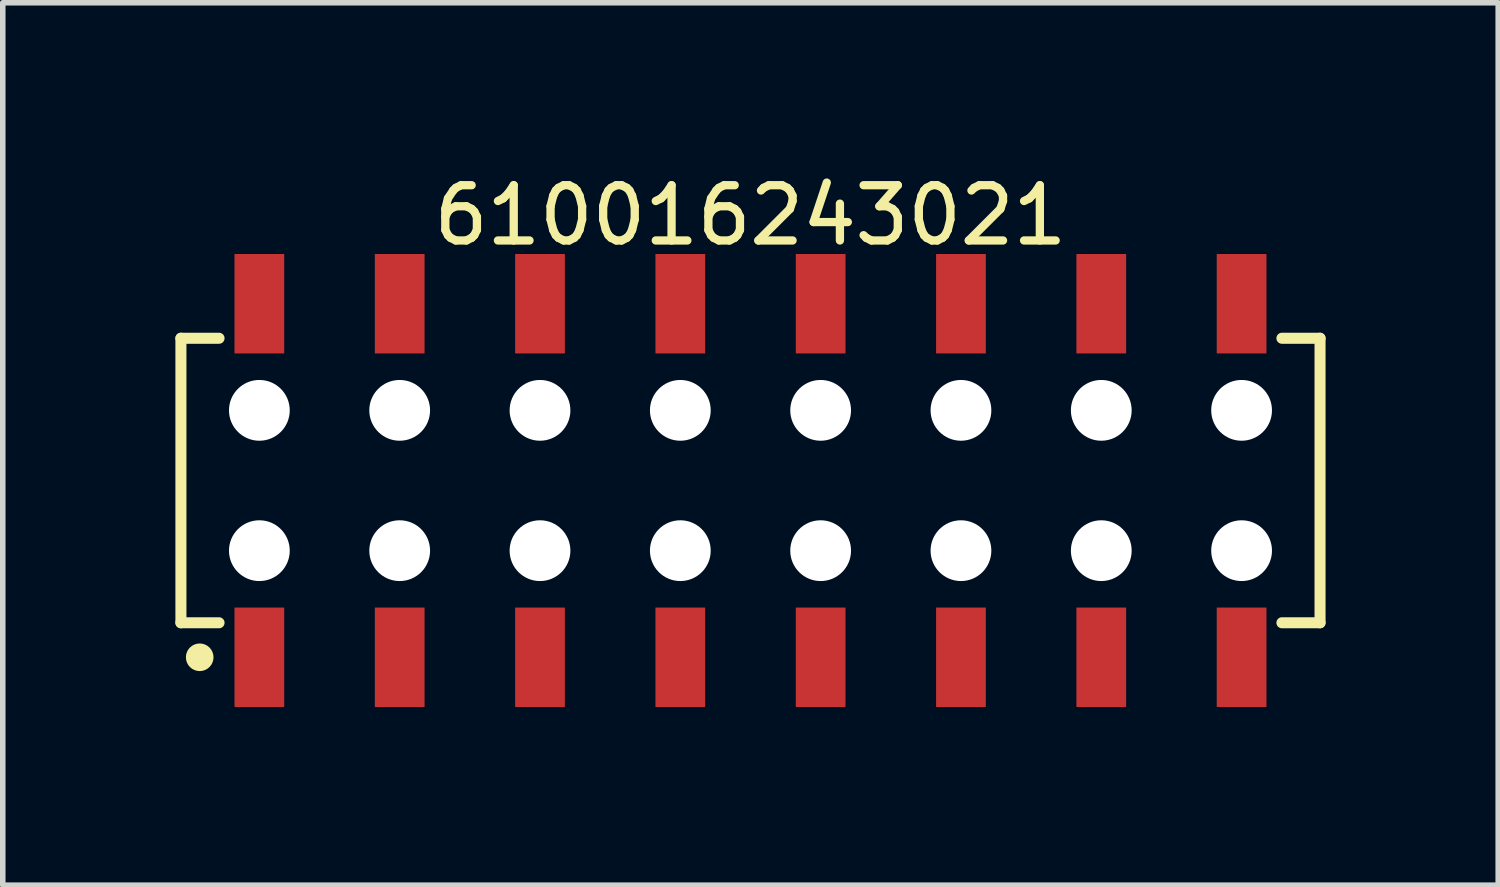
<source format=kicad_pcb>
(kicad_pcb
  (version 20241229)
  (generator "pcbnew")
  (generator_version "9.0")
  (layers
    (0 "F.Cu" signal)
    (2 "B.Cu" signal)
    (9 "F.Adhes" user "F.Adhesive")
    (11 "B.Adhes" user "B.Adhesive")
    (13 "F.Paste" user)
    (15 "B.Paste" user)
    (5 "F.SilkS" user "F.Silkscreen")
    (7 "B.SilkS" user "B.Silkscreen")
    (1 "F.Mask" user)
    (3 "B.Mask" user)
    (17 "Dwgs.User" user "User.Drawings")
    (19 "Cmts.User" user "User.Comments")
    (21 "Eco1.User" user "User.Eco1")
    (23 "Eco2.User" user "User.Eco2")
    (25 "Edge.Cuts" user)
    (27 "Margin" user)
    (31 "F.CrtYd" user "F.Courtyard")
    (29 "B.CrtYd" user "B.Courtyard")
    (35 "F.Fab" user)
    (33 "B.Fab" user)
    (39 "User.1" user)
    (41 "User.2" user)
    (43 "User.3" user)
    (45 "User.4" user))
  (footprint "610016243021"
    (layer "F.Cu")
    (at 10.535 5.648)
    (property "Reference" "610016243021" (at 0 -4.8 0) (layer "F.SilkS") (effects (font (size 1 1) (thickness 0.15))))
    (fp_line (start -10.31 -2.575) (end -9.62 -2.575) (stroke (width 0.2) (type solid)) (layer "F.SilkS"))
    (fp_line (start -10.31 2.575) (end -10.31 -2.575) (stroke (width 0.2) (type solid)) (layer "F.SilkS"))
    (fp_line (start -10.31 2.575) (end -9.62 2.575) (stroke (width 0.2) (type solid)) (layer "F.SilkS"))
    (fp_line (start 9.62 -2.575) (end 10.31 -2.575) (stroke (width 0.2) (type solid)) (layer "F.SilkS"))
    (fp_line (start 9.62 2.575) (end 10.31 2.575) (stroke (width 0.2) (type solid)) (layer "F.SilkS"))
    (fp_line (start 10.31 2.575) (end 10.31 -2.575) (stroke (width 0.2) (type solid)) (layer "F.SilkS"))
    (fp_circle (center -9.97 3.2) (end -9.97 3.075) (stroke (width 0.25) (type solid)) (fill no) (layer "F.SilkS"))
    (fp_line (start -10.51 -4.3) (end 10.51 -4.3) (stroke (width 0.05) (type solid)) (layer "Eco2.User"))
    (fp_line (start -10.51 4.3) (end -10.51 -4.3) (stroke (width 0.05) (type solid)) (layer "Eco2.User"))
    (fp_line (start -10.51 4.3) (end 10.51 4.3) (stroke (width 0.05) (type solid)) (layer "Eco2.User"))
    (fp_line (start -10.16 -2.5) (end 10.16 -2.5) (stroke (width 0.1) (type solid)) (layer "Eco2.User"))
    (fp_line (start -10.16 2.5) (end -10.16 -2.5) (stroke (width 0.1) (type solid)) (layer "Eco2.User"))
    (fp_line (start -10.16 2.5) (end 10.16 2.5) (stroke (width 0.1) (type solid)) (layer "Eco2.User"))
    (fp_line (start -9.14 -3.6) (end -8.64 -3.6) (stroke (width 0.1) (type solid)) (layer "Eco2.User"))
    (fp_line (start -9.14 -2.5) (end -9.14 -3.6) (stroke (width 0.1) (type solid)) (layer "Eco2.User"))
    (fp_line (start -9.14 3.6) (end -9.14 2.5) (stroke (width 0.1) (type solid)) (layer "Eco2.User"))
    (fp_line (start -9.14 3.6) (end -8.64 3.6) (stroke (width 0.1) (type solid)) (layer "Eco2.User"))
    (fp_line (start -8.64 -2.5) (end -8.64 -3.6) (stroke (width 0.1) (type solid)) (layer "Eco2.User"))
    (fp_line (start -8.64 3.6) (end -8.64 2.5) (stroke (width 0.1) (type solid)) (layer "Eco2.User"))
    (fp_line (start -6.6 -3.6) (end -6.1 -3.6) (stroke (width 0.1) (type solid)) (layer "Eco2.User"))
    (fp_line (start -6.6 -2.5) (end -6.6 -3.6) (stroke (width 0.1) (type solid)) (layer "Eco2.User"))
    (fp_line (start -6.6 3.6) (end -6.6 2.5) (stroke (width 0.1) (type solid)) (layer "Eco2.User"))
    (fp_line (start -6.6 3.6) (end -6.1 3.6) (stroke (width 0.1) (type solid)) (layer "Eco2.User"))
    (fp_line (start -6.1 -2.5) (end -6.1 -3.6) (stroke (width 0.1) (type solid)) (layer "Eco2.User"))
    (fp_line (start -6.1 3.6) (end -6.1 2.5) (stroke (width 0.1) (type solid)) (layer "Eco2.User"))
    (fp_line (start -4.06 -3.6) (end -3.56 -3.6) (stroke (width 0.1) (type solid)) (layer "Eco2.User"))
    (fp_line (start -4.06 -2.5) (end -4.06 -3.6) (stroke (width 0.1) (type solid)) (layer "Eco2.User"))
    (fp_line (start -4.06 3.6) (end -4.06 2.5) (stroke (width 0.1) (type solid)) (layer "Eco2.User"))
    (fp_line (start -4.06 3.6) (end -3.56 3.6) (stroke (width 0.1) (type solid)) (layer "Eco2.User"))
    (fp_line (start -3.56 -2.5) (end -3.56 -3.6) (stroke (width 0.1) (type solid)) (layer "Eco2.User"))
    (fp_line (start -3.56 3.6) (end -3.56 2.5) (stroke (width 0.1) (type solid)) (layer "Eco2.User"))
    (fp_line (start -1.52 -3.6) (end -1.02 -3.6) (stroke (width 0.1) (type solid)) (layer "Eco2.User"))
    (fp_line (start -1.52 -2.5) (end -1.52 -3.6) (stroke (width 0.1) (type solid)) (layer "Eco2.User"))
    (fp_line (start -1.52 3.6) (end -1.52 2.5) (stroke (width 0.1) (type solid)) (layer "Eco2.User"))
    (fp_line (start -1.52 3.6) (end -1.02 3.6) (stroke (width 0.1) (type solid)) (layer "Eco2.User"))
    (fp_line (start -1.02 -2.5) (end -1.02 -3.6) (stroke (width 0.1) (type solid)) (layer "Eco2.User"))
    (fp_line (start -1.02 3.6) (end -1.02 2.5) (stroke (width 0.1) (type solid)) (layer "Eco2.User"))
    (fp_line (start -0.5 0) (end 0.5 0) (stroke (width 0.05) (type solid)) (layer "Eco2.User"))
    (fp_line (start 0 0.5) (end 0 -0.5) (stroke (width 0.05) (type solid)) (layer "Eco2.User"))
    (fp_line (start 1.02 -3.6) (end 1.52 -3.6) (stroke (width 0.1) (type solid)) (layer "Eco2.User"))
    (fp_line (start 1.02 -2.5) (end 1.02 -3.6) (stroke (width 0.1) (type solid)) (layer "Eco2.User"))
    (fp_line (start 1.02 3.6) (end 1.02 2.5) (stroke (width 0.1) (type solid)) (layer "Eco2.User"))
    (fp_line (start 1.02 3.6) (end 1.52 3.6) (stroke (width 0.1) (type solid)) (layer "Eco2.User"))
    (fp_line (start 1.52 -2.5) (end 1.52 -3.6) (stroke (width 0.1) (type solid)) (layer "Eco2.User"))
    (fp_line (start 1.52 3.6) (end 1.52 2.5) (stroke (width 0.1) (type solid)) (layer "Eco2.User"))
    (fp_line (start 3.56 -3.6) (end 4.06 -3.6) (stroke (width 0.1) (type solid)) (layer "Eco2.User"))
    (fp_line (start 3.56 -2.5) (end 3.56 -3.6) (stroke (width 0.1) (type solid)) (layer "Eco2.User"))
    (fp_line (start 3.56 3.6) (end 3.56 2.5) (stroke (width 0.1) (type solid)) (layer "Eco2.User"))
    (fp_line (start 3.56 3.6) (end 4.06 3.6) (stroke (width 0.1) (type solid)) (layer "Eco2.User"))
    (fp_line (start 4.06 -2.5) (end 4.06 -3.6) (stroke (width 0.1) (type solid)) (layer "Eco2.User"))
    (fp_line (start 4.06 3.6) (end 4.06 2.5) (stroke (width 0.1) (type solid)) (layer "Eco2.User"))
    (fp_line (start 6.1 -3.6) (end 6.6 -3.6) (stroke (width 0.1) (type solid)) (layer "Eco2.User"))
    (fp_line (start 6.1 -2.5) (end 6.1 -3.6) (stroke (width 0.1) (type solid)) (layer "Eco2.User"))
    (fp_line (start 6.1 3.6) (end 6.1 2.5) (stroke (width 0.1) (type solid)) (layer "Eco2.User"))
    (fp_line (start 6.1 3.6) (end 6.6 3.6) (stroke (width 0.1) (type solid)) (layer "Eco2.User"))
    (fp_line (start 6.6 -2.5) (end 6.6 -3.6) (stroke (width 0.1) (type solid)) (layer "Eco2.User"))
    (fp_line (start 6.6 3.6) (end 6.6 2.5) (stroke (width 0.1) (type solid)) (layer "Eco2.User"))
    (fp_line (start 8.64 -3.6) (end 9.14 -3.6) (stroke (width 0.1) (type solid)) (layer "Eco2.User"))
    (fp_line (start 8.64 -2.5) (end 8.64 -3.6) (stroke (width 0.1) (type solid)) (layer "Eco2.User"))
    (fp_line (start 8.64 3.6) (end 8.64 2.5) (stroke (width 0.1) (type solid)) (layer "Eco2.User"))
    (fp_line (start 8.64 3.6) (end 9.14 3.6) (stroke (width 0.1) (type solid)) (layer "Eco2.User"))
    (fp_line (start 9.14 -2.5) (end 9.14 -3.6) (stroke (width 0.1) (type solid)) (layer "Eco2.User"))
    (fp_line (start 9.14 3.6) (end 9.14 2.5) (stroke (width 0.1) (type solid)) (layer "Eco2.User"))
    (fp_line (start 10.16 2.5) (end 10.16 -2.5) (stroke (width 0.1) (type solid)) (layer "Eco2.User"))
    (fp_line (start 10.51 4.3) (end 10.51 -4.3) (stroke (width 0.05) (type solid)) (layer "Eco2.User"))
    (fp_text user "${REFERENCE}" (at 0.15 -0.197 0) (unlocked yes) (layer "User.3") (effects (font (size 1.5 1.5) (thickness 0.15))))
    (pad "" np_thru_hole circle (at -8.89 -1.27) (size 1.1 1.1) (drill 1.1) (layers "*.Cu" "*.Mask"))
    (pad "" np_thru_hole circle (at -8.89 1.27) (size 1.1 1.1) (drill 1.1) (layers "*.Cu" "*.Mask"))
    (pad "" np_thru_hole circle (at -6.35 -1.27) (size 1.1 1.1) (drill 1.1) (layers "*.Cu" "*.Mask"))
    (pad "" np_thru_hole circle (at -6.35 1.27) (size 1.1 1.1) (drill 1.1) (layers "*.Cu" "*.Mask"))
    (pad "" np_thru_hole circle (at -3.81 -1.27) (size 1.1 1.1) (drill 1.1) (layers "*.Cu" "*.Mask"))
    (pad "" np_thru_hole circle (at -3.81 1.27) (size 1.1 1.1) (drill 1.1) (layers "*.Cu" "*.Mask"))
    (pad "" np_thru_hole circle (at -1.27 -1.27) (size 1.1 1.1) (drill 1.1) (layers "*.Cu" "*.Mask"))
    (pad "" np_thru_hole circle (at -1.27 1.27) (size 1.1 1.1) (drill 1.1) (layers "*.Cu" "*.Mask"))
    (pad "" np_thru_hole circle (at 1.27 -1.27) (size 1.1 1.1) (drill 1.1) (layers "*.Cu" "*.Mask"))
    (pad "" np_thru_hole circle (at 1.27 1.27) (size 1.1 1.1) (drill 1.1) (layers "*.Cu" "*.Mask"))
    (pad "" np_thru_hole circle (at 3.81 -1.27) (size 1.1 1.1) (drill 1.1) (layers "*.Cu" "*.Mask"))
    (pad "" np_thru_hole circle (at 3.81 1.27) (size 1.1 1.1) (drill 1.1) (layers "*.Cu" "*.Mask"))
    (pad "" np_thru_hole circle (at 6.35 -1.27) (size 1.1 1.1) (drill 1.1) (layers "*.Cu" "*.Mask"))
    (pad "" np_thru_hole circle (at 6.35 1.27) (size 1.1 1.1) (drill 1.1) (layers "*.Cu" "*.Mask"))
    (pad "" np_thru_hole circle (at 8.89 -1.27) (size 1.1 1.1) (drill 1.1) (layers "*.Cu" "*.Mask"))
    (pad "" np_thru_hole circle (at 8.89 1.27) (size 1.1 1.1) (drill 1.1) (layers "*.Cu" "*.Mask"))
    (pad "1" smd rect (at -8.89 3.2) (size 0.9 1.8) (layers "F.Cu" "F.Mask" "F.Paste"))
    (pad "2" smd rect (at -8.89 -3.2) (size 0.9 1.8) (layers "F.Cu" "F.Mask" "F.Paste"))
    (pad "3" smd rect (at -6.35 3.2) (size 0.9 1.8) (layers "F.Cu" "F.Mask" "F.Paste"))
    (pad "4" smd rect (at -6.35 -3.2) (size 0.9 1.8) (layers "F.Cu" "F.Mask" "F.Paste"))
    (pad "5" smd rect (at -3.81 3.2) (size 0.9 1.8) (layers "F.Cu" "F.Mask" "F.Paste"))
    (pad "6" smd rect (at -3.81 -3.2) (size 0.9 1.8) (layers "F.Cu" "F.Mask" "F.Paste"))
    (pad "7" smd rect (at -1.27 3.2) (size 0.9 1.8) (layers "F.Cu" "F.Mask" "F.Paste"))
    (pad "8" smd rect (at -1.27 -3.2) (size 0.9 1.8) (layers "F.Cu" "F.Mask" "F.Paste"))
    (pad "9" smd rect (at 1.27 3.2) (size 0.9 1.8) (layers "F.Cu" "F.Mask" "F.Paste"))
    (pad "10" smd rect (at 1.27 -3.2) (size 0.9 1.8) (layers "F.Cu" "F.Mask" "F.Paste"))
    (pad "11" smd rect (at 3.81 3.2) (size 0.9 1.8) (layers "F.Cu" "F.Mask" "F.Paste"))
    (pad "12" smd rect (at 3.81 -3.2) (size 0.9 1.8) (layers "F.Cu" "F.Mask" "F.Paste"))
    (pad "13" smd rect (at 6.35 3.2) (size 0.9 1.8) (layers "F.Cu" "F.Mask" "F.Paste"))
    (pad "14" smd rect (at 6.35 -3.2) (size 0.9 1.8) (layers "F.Cu" "F.Mask" "F.Paste"))
    (pad "15" smd rect (at 8.89 3.2) (size 0.9 1.8) (layers "F.Cu" "F.Mask" "F.Paste"))
    (pad "16" smd rect (at 8.89 -3.2) (size 0.9 1.8) (layers "F.Cu" "F.Mask" "F.Paste")))
  (gr_rect
    (start -3 -3)
    (end 24.07 12.973)
    (stroke (width 0.1) (type default))
    (fill no)
    (layer "Edge.Cuts")))
</source>
